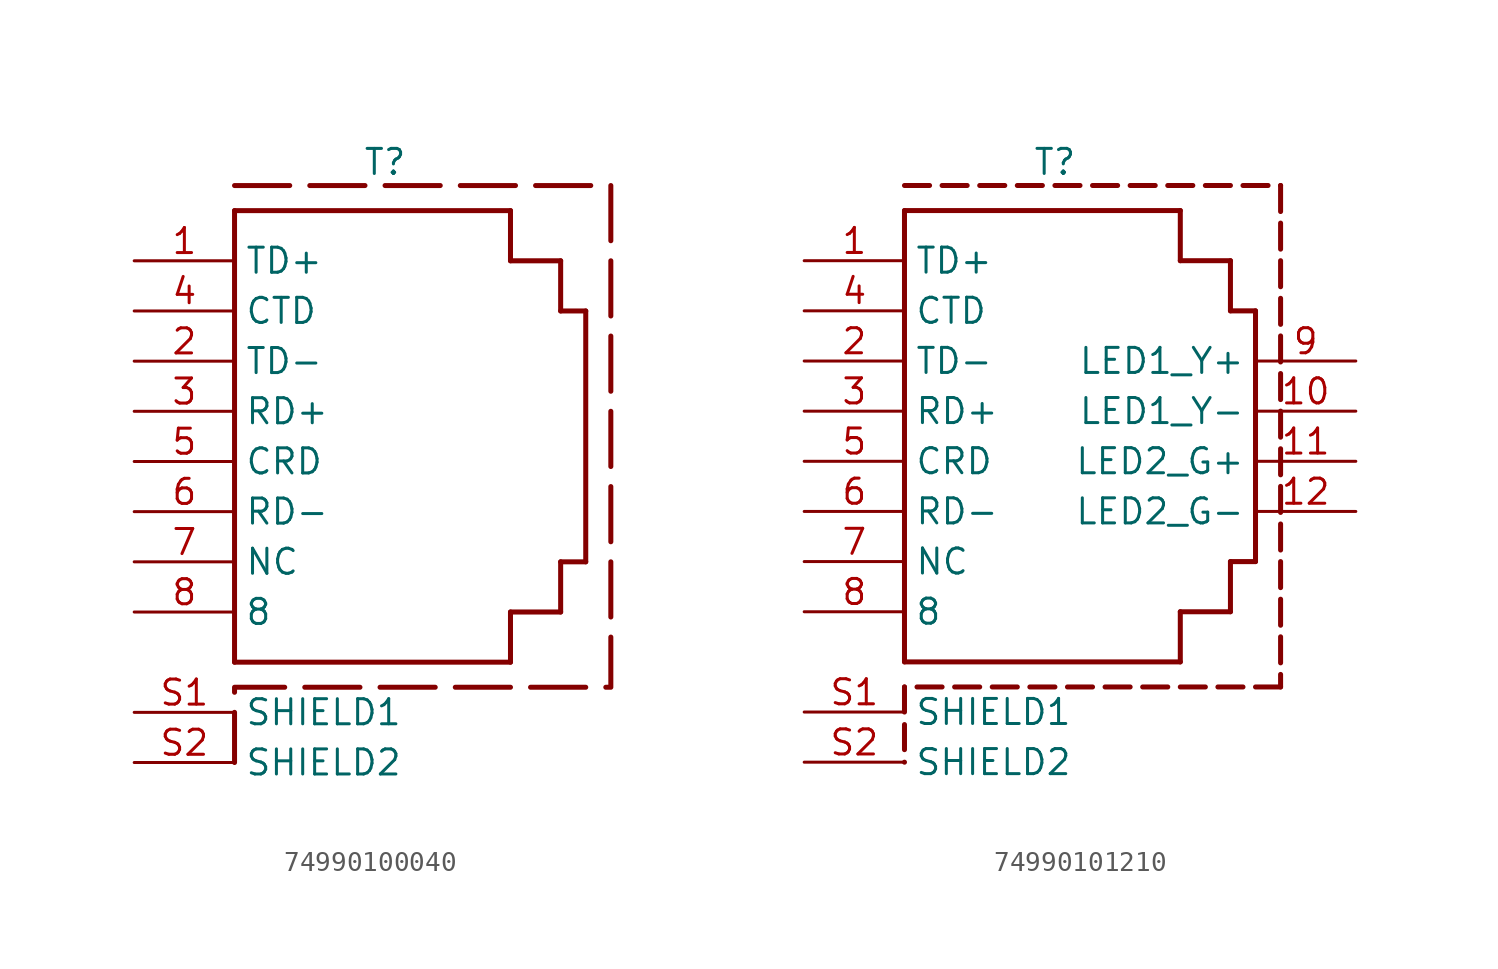
<source format=kicad_sym>
(kicad_symbol_lib
  (version 20220914)
  (generator kicad_symbol_editor)
  (symbol "74990100040"
    (property "Reference" "T"
      (at 0 15.16 0)
      (effects (font (size 1.27 1.27))))
    (property "Critical Parameter" ""
      (at 0 -5.08 0)
      (effects (font (size 1.27 1.27)) (justify left)))
    (symbol "74990100040_0_0"
      (polyline (pts (xy -7.62 -10.16) (xy -7.62 12.7)) (stroke (width 0.254) (type default)) (fill (type none)))
      (polyline (pts (xy -7.62 12.7) (xy 6.35 12.7)) (stroke (width 0.254) (type default)) (fill (type none)))
      (polyline (pts (xy 6.35 -10.16) (xy -7.62 -10.16)) (stroke (width 0.254) (type default)) (fill (type none)))
      (polyline (pts (xy 6.35 -10.16) (xy 6.35 -7.62)) (stroke (width 0.254) (type default)) (fill (type none)))
      (polyline (pts (xy 6.35 -7.62) (xy 8.89 -7.62)) (stroke (width 0.254) (type default)) (fill (type none)))
      (polyline (pts (xy 6.35 10.16) (xy 8.89 10.16)) (stroke (width 0.254) (type default)) (fill (type none)))
      (polyline (pts (xy 6.35 12.7) (xy 6.35 10.16)) (stroke (width 0.254) (type default)) (fill (type none)))
      (polyline (pts (xy 8.89 -7.62) (xy 8.89 -5.08)) (stroke (width 0.254) (type default)) (fill (type none)))
      (polyline (pts (xy 8.89 -5.08) (xy 10.16 -5.08)) (stroke (width 0.254) (type default)) (fill (type none)))
      (polyline (pts (xy 8.89 7.62) (xy 10.16 7.62)) (stroke (width 0.254) (type default)) (fill (type none)))
      (polyline (pts (xy 8.89 10.16) (xy 8.89 7.62)) (stroke (width 0.254) (type default)) (fill (type none)))
      (polyline (pts (xy 10.16 7.62) (xy 10.16 -5.08)) (stroke (width 0.254) (type default)) (fill (type none)))
      (pin passive line (at -12.7 10.16 0) (length 5.08) (name "TD+" (effects (font (size 1.27 1.27)))) (number "1" (effects (font (size 1.27 1.27)))))
      (pin passive line (at -12.7 5.08 0) (length 5.08) (name "TD-" (effects (font (size 1.27 1.27)))) (number "2" (effects (font (size 1.27 1.27)))))
      (pin passive line (at -12.7 2.54 0) (length 5.08) (name "RD+" (effects (font (size 1.27 1.27)))) (number "3" (effects (font (size 1.27 1.27)))))
      (pin passive line (at -12.7 7.62 0) (length 5.08) (name "CTD" (effects (font (size 1.27 1.27)))) (number "4" (effects (font (size 1.27 1.27)))))
      (pin passive line (at -12.7 0 0) (length 5.08) (name "CRD" (effects (font (size 1.27 1.27)))) (number "5" (effects (font (size 1.27 1.27)))))
      (pin passive line (at -12.7 -2.54 0) (length 5.08) (name "RD-" (effects (font (size 1.27 1.27)))) (number "6" (effects (font (size 1.27 1.27)))))
      (pin passive line (at -12.7 -5.08 0) (length 5.08) (name "NC" (effects (font (size 1.27 1.27)))) (number "7" (effects (font (size 1.27 1.27)))))
      (pin passive line (at -12.7 -7.62 0) (length 5.08) (name "8" (effects (font (size 1.27 1.27)))) (number "8" (effects (font (size 1.27 1.27)))))
      (pin passive line (at -12.7 -12.7 0) (length 5.08) (name "SHIELD1" (effects (font (size 1.27 1.27)))) (number "S1" (effects (font (size 1.27 1.27)))))
      (pin passive line (at -12.7 -15.24 0) (length 5.08) (name "SHIELD2" (effects (font (size 1.27 1.27)))) (number "S2" (effects (font (size 1.27 1.27))))))
    (symbol "74990100040_1_1"
      (polyline (pts (xy -7.62 13.97) (xy 11.43 13.97) (xy 11.43 -11.43) (xy -7.62 -11.43) (xy -7.62 -15.24)) (stroke (width 0.254) (type dash)) (fill (type none)))))
  (symbol "74990101210"
    (property "Reference" "T"
      (at 0 15.16 0)
      (effects (font (size 1.27 1.27))))
    (property "Critical Parameter" ""
      (at 0 -5.08 0)
      (effects (font (size 1.27 1.27)) (justify left)))
    (symbol "74990101210_0_0"
      (polyline (pts (xy -7.62 -15.24) (xy -7.62 -15.24)) (stroke (width 0.254) (type default)) (fill (type none)))
      (polyline (pts (xy -7.62 -13.335) (xy -7.62 -14.605)) (stroke (width 0.254) (type default)) (fill (type none)))
      (polyline (pts (xy -7.62 -11.43) (xy -7.62 -12.7)) (stroke (width 0.254) (type default)) (fill (type none)))
      (polyline (pts (xy -7.62 -11.43) (xy -7.62 -11.43)) (stroke (width 0.254) (type default)) (fill (type none)))
      (polyline (pts (xy -7.62 -10.16) (xy -7.62 12.7)) (stroke (width 0.254) (type default)) (fill (type none)))
      (polyline (pts (xy -7.62 12.7) (xy 6.35 12.7)) (stroke (width 0.254) (type default)) (fill (type none)))
      (polyline (pts (xy -7.62 13.97) (xy -6.35 13.97)) (stroke (width 0.254) (type default)) (fill (type none)))
      (polyline (pts (xy -5.715 -11.43) (xy -6.985 -11.43)) (stroke (width 0.254) (type default)) (fill (type none)))
      (polyline (pts (xy -5.715 13.97) (xy -4.445 13.97)) (stroke (width 0.254) (type default)) (fill (type none)))
      (polyline (pts (xy -3.81 -11.43) (xy -5.08 -11.43)) (stroke (width 0.254) (type default)) (fill (type none)))
      (polyline (pts (xy -3.81 13.97) (xy -2.54 13.97)) (stroke (width 0.254) (type default)) (fill (type none)))
      (polyline (pts (xy -1.905 -11.43) (xy -3.175 -11.43)) (stroke (width 0.254) (type default)) (fill (type none)))
      (polyline (pts (xy -1.905 13.97) (xy -0.635 13.97)) (stroke (width 0.254) (type default)) (fill (type none)))
      (polyline (pts (xy 0 -11.43) (xy -1.27 -11.43)) (stroke (width 0.254) (type default)) (fill (type none)))
      (polyline (pts (xy 0 13.97) (xy 1.27 13.97)) (stroke (width 0.254) (type default)) (fill (type none)))
      (polyline (pts (xy 1.905 -11.43) (xy 0.635 -11.43)) (stroke (width 0.254) (type default)) (fill (type none)))
      (polyline (pts (xy 1.905 13.97) (xy 3.175 13.97)) (stroke (width 0.254) (type default)) (fill (type none)))
      (polyline (pts (xy 3.81 -11.43) (xy 2.54 -11.43)) (stroke (width 0.254) (type default)) (fill (type none)))
      (polyline (pts (xy 3.81 13.97) (xy 5.08 13.97)) (stroke (width 0.254) (type default)) (fill (type none)))
      (polyline (pts (xy 5.715 -11.43) (xy 4.445 -11.43)) (stroke (width 0.254) (type default)) (fill (type none)))
      (polyline (pts (xy 5.715 13.97) (xy 6.985 13.97)) (stroke (width 0.254) (type default)) (fill (type none)))
      (polyline (pts (xy 6.35 -10.16) (xy -7.62 -10.16)) (stroke (width 0.254) (type default)) (fill (type none)))
      (polyline (pts (xy 6.35 -10.16) (xy 6.35 -7.62)) (stroke (width 0.254) (type default)) (fill (type none)))
      (polyline (pts (xy 6.35 -7.62) (xy 8.89 -7.62)) (stroke (width 0.254) (type default)) (fill (type none)))
      (polyline (pts (xy 6.35 10.16) (xy 8.89 10.16)) (stroke (width 0.254) (type default)) (fill (type none)))
      (polyline (pts (xy 6.35 12.7) (xy 6.35 10.16)) (stroke (width 0.254) (type default)) (fill (type none)))
      (polyline (pts (xy 7.62 -11.43) (xy 6.35 -11.43)) (stroke (width 0.254) (type default)) (fill (type none)))
      (polyline (pts (xy 7.62 13.97) (xy 8.89 13.97)) (stroke (width 0.254) (type default)) (fill (type none)))
      (polyline (pts (xy 8.89 -7.62) (xy 8.89 -5.08)) (stroke (width 0.254) (type default)) (fill (type none)))
      (polyline (pts (xy 8.89 -5.08) (xy 10.16 -5.08)) (stroke (width 0.254) (type default)) (fill (type none)))
      (polyline (pts (xy 8.89 7.62) (xy 10.16 7.62)) (stroke (width 0.254) (type default)) (fill (type none)))
      (polyline (pts (xy 8.89 10.16) (xy 8.89 7.62)) (stroke (width 0.254) (type default)) (fill (type none)))
      (polyline (pts (xy 9.525 -11.43) (xy 8.255 -11.43)) (stroke (width 0.254) (type default)) (fill (type none)))
      (polyline (pts (xy 9.525 13.97) (xy 10.795 13.97)) (stroke (width 0.254) (type default)) (fill (type none)))
      (polyline (pts (xy 10.16 7.62) (xy 10.16 -5.08)) (stroke (width 0.254) (type default)) (fill (type none)))
      (polyline (pts (xy 11.43 -11.43) (xy 10.16 -11.43)) (stroke (width 0.254) (type default)) (fill (type none)))
      (polyline (pts (xy 11.43 -10.795) (xy 11.43 -11.43)) (stroke (width 0.254) (type default)) (fill (type none)))
      (polyline (pts (xy 11.43 -8.89) (xy 11.43 -10.209)) (stroke (width 0.254) (type default)) (fill (type none)))
      (polyline (pts (xy 11.43 -6.985) (xy 11.43 -8.304)) (stroke (width 0.254) (type default)) (fill (type none)))
      (polyline (pts (xy 11.43 -5.08) (xy 11.43 -6.399)) (stroke (width 0.254) (type default)) (fill (type none)))
      (polyline (pts (xy 11.43 -3.175) (xy 11.43 -4.494)) (stroke (width 0.254) (type default)) (fill (type none)))
      (polyline (pts (xy 11.43 -1.27) (xy 11.43 -2.589)) (stroke (width 0.254) (type default)) (fill (type none)))
      (polyline (pts (xy 11.43 0.635) (xy 11.43 -0.684)) (stroke (width 0.254) (type default)) (fill (type none)))
      (polyline (pts (xy 11.43 2.54) (xy 11.43 1.221)) (stroke (width 0.254) (type default)) (fill (type none)))
      (polyline (pts (xy 11.43 4.445) (xy 11.43 3.126)) (stroke (width 0.254) (type default)) (fill (type none)))
      (polyline (pts (xy 11.43 6.35) (xy 11.43 5.031)) (stroke (width 0.254) (type default)) (fill (type none)))
      (polyline (pts (xy 11.43 8.255) (xy 11.43 6.936)) (stroke (width 0.254) (type default)) (fill (type none)))
      (polyline (pts (xy 11.43 10.16) (xy 11.43 8.841)) (stroke (width 0.254) (type default)) (fill (type none)))
      (polyline (pts (xy 11.43 12.065) (xy 11.43 10.746)) (stroke (width 0.254) (type default)) (fill (type none)))
      (polyline (pts (xy 11.43 13.97) (xy 11.43 12.651)) (stroke (width 0.254) (type default)) (fill (type none)))
      (polyline (pts (xy 11.43 13.97) (xy 11.43 13.97)) (stroke (width 0.254) (type default)) (fill (type none)))
      (pin passive line (at -12.7 10.16 0) (length 5.08) (name "TD+" (effects (font (size 1.27 1.27)))) (number "1" (effects (font (size 1.27 1.27)))))
      (pin passive line (at -12.7 5.08 0) (length 5.08) (name "TD-" (effects (font (size 1.27 1.27)))) (number "2" (effects (font (size 1.27 1.27)))))
      (pin passive line (at -12.7 2.54 0) (length 5.08) (name "RD+" (effects (font (size 1.27 1.27)))) (number "3" (effects (font (size 1.27 1.27)))))
      (pin passive line (at -12.7 7.62 0) (length 5.08) (name "CTD" (effects (font (size 1.27 1.27)))) (number "4" (effects (font (size 1.27 1.27)))))
      (pin passive line (at -12.7 0 0) (length 5.08) (name "CRD" (effects (font (size 1.27 1.27)))) (number "5" (effects (font (size 1.27 1.27)))))
      (pin passive line (at -12.7 -2.54 0) (length 5.08) (name "RD-" (effects (font (size 1.27 1.27)))) (number "6" (effects (font (size 1.27 1.27)))))
      (pin passive line (at -12.7 -5.08 0) (length 5.08) (name "NC" (effects (font (size 1.27 1.27)))) (number "7" (effects (font (size 1.27 1.27)))))
      (pin passive line (at -12.7 -7.62 0) (length 5.08) (name "8" (effects (font (size 1.27 1.27)))) (number "8" (effects (font (size 1.27 1.27)))))
      (pin passive line (at -12.7 -12.7 0) (length 5.08) (name "SHIELD1" (effects (font (size 1.27 1.27)))) (number "S1" (effects (font (size 1.27 1.27)))))
      (pin passive line (at -12.7 -15.24 0) (length 5.08) (name "SHIELD2" (effects (font (size 1.27 1.27)))) (number "S2" (effects (font (size 1.27 1.27))))))
    (symbol "74990101210_1_0"
      (pin passive line (at 15.24 2.54 180) (length 5.08) (name "LED1_Y-" (effects (font (size 1.27 1.27)))) (number "10" (effects (font (size 1.27 1.27)))))
      (pin passive line (at 15.24 0 180) (length 5.08) (name "LED2_G+" (effects (font (size 1.27 1.27)))) (number "11" (effects (font (size 1.27 1.27)))))
      (pin passive line (at 15.24 -2.54 180) (length 5.08) (name "LED2_G-" (effects (font (size 1.27 1.27)))) (number "12" (effects (font (size 1.27 1.27)))))
      (pin passive line (at 15.24 5.08 180) (length 5.08) (name "LED1_Y+" (effects (font (size 1.27 1.27)))) (number "9" (effects (font (size 1.27 1.27))))))))
</source>
